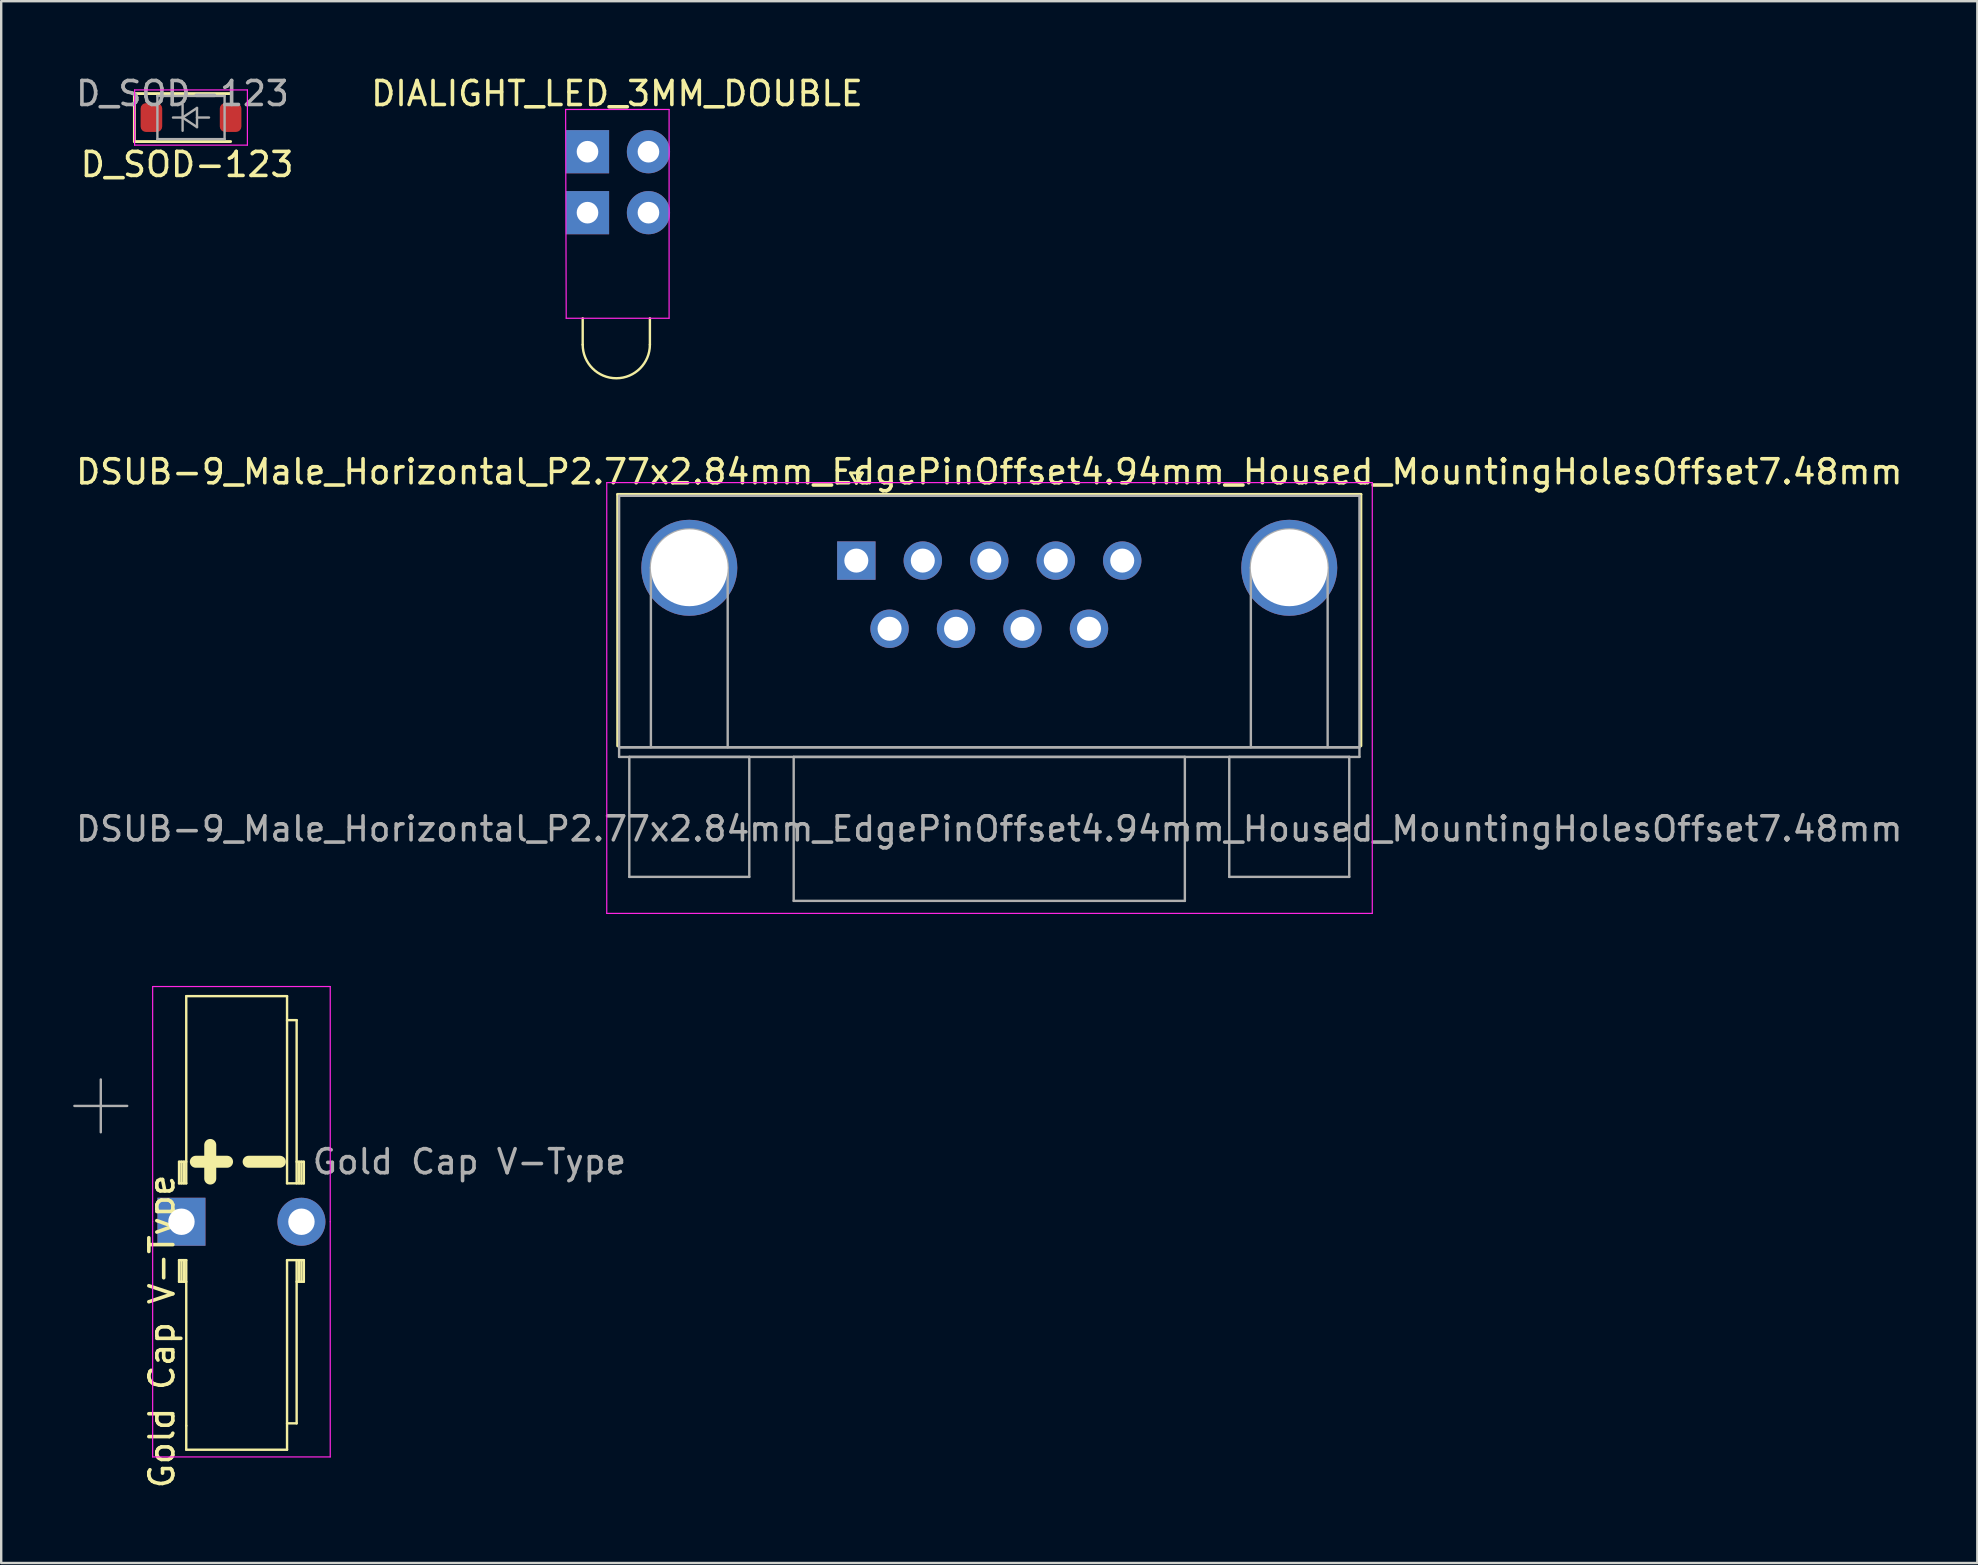
<source format=kicad_pcb>
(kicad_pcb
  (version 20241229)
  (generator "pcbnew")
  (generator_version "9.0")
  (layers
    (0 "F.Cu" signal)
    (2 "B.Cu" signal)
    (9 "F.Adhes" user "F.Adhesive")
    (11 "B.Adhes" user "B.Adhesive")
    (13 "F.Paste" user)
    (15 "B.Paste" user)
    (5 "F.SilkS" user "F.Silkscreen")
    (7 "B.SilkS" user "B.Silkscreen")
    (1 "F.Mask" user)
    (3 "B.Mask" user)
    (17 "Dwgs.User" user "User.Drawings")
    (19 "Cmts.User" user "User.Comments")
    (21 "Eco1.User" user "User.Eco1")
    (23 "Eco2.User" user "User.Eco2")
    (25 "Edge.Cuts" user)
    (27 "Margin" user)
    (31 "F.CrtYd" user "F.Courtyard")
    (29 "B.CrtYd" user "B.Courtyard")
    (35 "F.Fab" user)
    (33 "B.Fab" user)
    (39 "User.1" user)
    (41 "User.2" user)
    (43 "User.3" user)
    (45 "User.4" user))
  (footprint "DIALIGHT_LED_3MM_DOUBLE"
    (layer "F.Cu")
    (at 21.431 3.272)
    (property "Reference" "DIALIGHT_LED_3MM_DOUBLE" (at 1.23 -2.423 0) (layer "F.SilkS") (effects (font (size 1 1) (thickness 0.15))))
    (attr through_hole)
    (fp_line (start -0.2 8.04) (end -0.2 6.94) (stroke (width 0.1) (type default)) (layer "F.SilkS"))
    (fp_line (start 2.6 8.04) (end 2.6 6.94) (stroke (width 0.1) (type default)) (layer "F.SilkS"))
    (fp_arc (start 2.6 8.04) (mid 1.2 9.44) (end -0.2 8.04) (stroke (width 0.1) (type default)) (layer "F.SilkS"))
    (fp_line (start -0.912 -1.76) (end -0.887 6.94) (stroke (width 0.05) (type solid)) (layer "F.CrtYd"))
    (fp_line (start -0.887 6.94) (end 3.4 6.94) (stroke (width 0.05) (type solid)) (layer "F.CrtYd"))
    (fp_line (start 3.4 -1.76) (end -0.912 -1.76) (stroke (width 0.05) (type solid)) (layer "F.CrtYd"))
    (fp_line (start 3.4 6.94) (end 3.4 -1.76) (stroke (width 0.05) (type solid)) (layer "F.CrtYd"))
    (pad "1" thru_hole rect (at 0 0) (size 1.8 1.8) (drill 0.9) (layers "*.Cu" "*.Mask"))
    (pad "2" thru_hole circle (at 2.54 0) (size 1.8 1.8) (drill 0.9) (layers "*.Cu" "*.Mask"))
    (pad "3" thru_hole rect (at 0 2.54) (size 1.8 1.8) (drill 0.9) (layers "*.Cu" "*.Mask"))
    (pad "4" thru_hole circle (at 2.54 2.54) (size 1.8 1.8) (drill 0.9) (layers "*.Cu" "*.Mask")))
  (footprint "DSUB-9_Male_Horizontal_P2.77x2.84mm_EdgePinOffset4.94mm_Housed_MountingHolesOffset7.48mm"
    (layer "F.Cu")
    (at 32.633 20.31)
    (property "Reference" "DSUB-9_Male_Horizontal_P2.77x2.84mm_EdgePinOffset4.94mm_Housed_MountingHolesOffset7.48mm" (at 5.54 -3.7 0) (layer "F.SilkS") (effects (font (size 1 1) (thickness 0.15))))
    (attr through_hole)
    (fp_line (start -9.945 -2.76) (end 21.025 -2.76) (stroke (width 0.12) (type solid)) (layer "F.SilkS"))
    (fp_line (start -9.945 7.72) (end -9.945 -2.76) (stroke (width 0.12) (type solid)) (layer "F.SilkS"))
    (fp_line (start -0.25 -3.654) (end 0.25 -3.654) (stroke (width 0.12) (type solid)) (layer "F.SilkS"))
    (fp_line (start 0 -3.221) (end -0.25 -3.654) (stroke (width 0.12) (type solid)) (layer "F.SilkS"))
    (fp_line (start 0.25 -3.654) (end 0 -3.221) (stroke (width 0.12) (type solid)) (layer "F.SilkS"))
    (fp_line (start 21.025 -2.76) (end 21.025 7.72) (stroke (width 0.12) (type solid)) (layer "F.SilkS"))
    (fp_line (start -10.4 -3.25) (end -10.4 14.7) (stroke (width 0.05) (type solid)) (layer "F.CrtYd"))
    (fp_line (start -10.4 14.7) (end 21.5 14.7) (stroke (width 0.05) (type solid)) (layer "F.CrtYd"))
    (fp_line (start 21.5 -3.25) (end -10.4 -3.25) (stroke (width 0.05) (type solid)) (layer "F.CrtYd"))
    (fp_line (start 21.5 14.7) (end 21.5 -3.25) (stroke (width 0.05) (type solid)) (layer "F.CrtYd"))
    (fp_line (start -9.885 -2.7) (end -9.885 7.78) (stroke (width 0.1) (type solid)) (layer "F.Fab"))
    (fp_line (start -9.885 7.78) (end -9.885 8.18) (stroke (width 0.1) (type solid)) (layer "F.Fab"))
    (fp_line (start -9.885 7.78) (end 20.965 7.78) (stroke (width 0.1) (type solid)) (layer "F.Fab"))
    (fp_line (start -9.885 8.18) (end 20.965 8.18) (stroke (width 0.1) (type solid)) (layer "F.Fab"))
    (fp_line (start -9.46 8.18) (end -9.46 13.18) (stroke (width 0.1) (type solid)) (layer "F.Fab"))
    (fp_line (start -9.46 13.18) (end -4.46 13.18) (stroke (width 0.1) (type solid)) (layer "F.Fab"))
    (fp_line (start -8.56 7.78) (end -8.56 0.3) (stroke (width 0.1) (type solid)) (layer "F.Fab"))
    (fp_line (start -5.36 7.78) (end -5.36 0.3) (stroke (width 0.1) (type solid)) (layer "F.Fab"))
    (fp_line (start -4.46 8.18) (end -9.46 8.18) (stroke (width 0.1) (type solid)) (layer "F.Fab"))
    (fp_line (start -4.46 13.18) (end -4.46 8.18) (stroke (width 0.1) (type solid)) (layer "F.Fab"))
    (fp_line (start -2.61 8.18) (end -2.61 14.18) (stroke (width 0.1) (type solid)) (layer "F.Fab"))
    (fp_line (start -2.61 14.18) (end 13.69 14.18) (stroke (width 0.1) (type solid)) (layer "F.Fab"))
    (fp_line (start 13.69 8.18) (end -2.61 8.18) (stroke (width 0.1) (type solid)) (layer "F.Fab"))
    (fp_line (start 13.69 14.18) (end 13.69 8.18) (stroke (width 0.1) (type solid)) (layer "F.Fab"))
    (fp_line (start 15.54 8.18) (end 15.54 13.18) (stroke (width 0.1) (type solid)) (layer "F.Fab"))
    (fp_line (start 15.54 13.18) (end 20.54 13.18) (stroke (width 0.1) (type solid)) (layer "F.Fab"))
    (fp_line (start 16.44 7.78) (end 16.44 0.3) (stroke (width 0.1) (type solid)) (layer "F.Fab"))
    (fp_line (start 19.64 7.78) (end 19.64 0.3) (stroke (width 0.1) (type solid)) (layer "F.Fab"))
    (fp_line (start 20.54 8.18) (end 15.54 8.18) (stroke (width 0.1) (type solid)) (layer "F.Fab"))
    (fp_line (start 20.54 13.18) (end 20.54 8.18) (stroke (width 0.1) (type solid)) (layer "F.Fab"))
    (fp_line (start 20.965 -2.7) (end -9.885 -2.7) (stroke (width 0.1) (type solid)) (layer "F.Fab"))
    (fp_line (start 20.965 7.78) (end -9.885 7.78) (stroke (width 0.1) (type solid)) (layer "F.Fab"))
    (fp_line (start 20.965 7.78) (end 20.965 -2.7) (stroke (width 0.1) (type solid)) (layer "F.Fab"))
    (fp_line (start 20.965 8.18) (end 20.965 7.78) (stroke (width 0.1) (type solid)) (layer "F.Fab"))
    (fp_arc (start -8.56 0.3) (mid -6.96 -1.3) (end -5.36 0.3) (stroke (width 0.1) (type solid)) (layer "F.Fab"))
    (fp_arc (start 16.44 0.3) (mid 18.04 -1.3) (end 19.64 0.3) (stroke (width 0.1) (type solid)) (layer "F.Fab"))
    (fp_text user "${REFERENCE}" (at 5.54 11.18 0) (layer "F.Fab") (effects (font (size 1 1) (thickness 0.15))))
    (pad "0" thru_hole circle (at -6.96 0.3) (size 4 4) (drill 3.2) (layers "*.Cu" "*.Mask"))
    (pad "0" thru_hole circle (at 18.04 0.3) (size 4 4) (drill 3.2) (layers "*.Cu" "*.Mask"))
    (pad "1" thru_hole rect (at 0 0) (size 1.6 1.6) (drill 1) (layers "*.Cu" "*.Mask"))
    (pad "2" thru_hole circle (at 2.77 0) (size 1.6 1.6) (drill 1) (layers "*.Cu" "*.Mask"))
    (pad "3" thru_hole circle (at 5.54 0) (size 1.6 1.6) (drill 1) (layers "*.Cu" "*.Mask"))
    (pad "4" thru_hole circle (at 8.31 0) (size 1.6 1.6) (drill 1) (layers "*.Cu" "*.Mask"))
    (pad "5" thru_hole circle (at 11.08 0) (size 1.6 1.6) (drill 1) (layers "*.Cu" "*.Mask"))
    (pad "6" thru_hole circle (at 1.385 2.84) (size 1.6 1.6) (drill 1) (layers "*.Cu" "*.Mask"))
    (pad "7" thru_hole circle (at 4.155 2.84) (size 1.6 1.6) (drill 1) (layers "*.Cu" "*.Mask"))
    (pad "8" thru_hole circle (at 6.925 2.84) (size 1.6 1.6) (drill 1) (layers "*.Cu" "*.Mask"))
    (pad "9" thru_hole circle (at 9.695 2.84) (size 1.6 1.6) (drill 1) (layers "*.Cu" "*.Mask")))
  (footprint "D_SOD-123"
    (layer "F.Cu")
    (at 4.909 1.848)
    (property "Reference" "D_SOD-123" (at -0.164 1.956 0) (layer "F.SilkS") (effects (font (size 1 1) (thickness 0.15))))
    (attr smd)
    (fp_line (start -2.36 -1) (end -2.36 1) (stroke (width 0.12) (type solid)) (layer "F.SilkS"))
    (fp_line (start -2.36 -1) (end 1.65 -1) (stroke (width 0.12) (type solid)) (layer "F.SilkS"))
    (fp_line (start -2.36 1) (end 1.65 1) (stroke (width 0.12) (type solid)) (layer "F.SilkS"))
    (fp_line (start -2.35 -1.15) (end -2.35 1.15) (stroke (width 0.05) (type solid)) (layer "F.CrtYd"))
    (fp_line (start -2.35 -1.15) (end 2.35 -1.15) (stroke (width 0.05) (type solid)) (layer "F.CrtYd"))
    (fp_line (start 2.35 -1.15) (end 2.35 1.15) (stroke (width 0.05) (type solid)) (layer "F.CrtYd"))
    (fp_line (start 2.35 1.15) (end -2.35 1.15) (stroke (width 0.05) (type solid)) (layer "F.CrtYd"))
    (fp_line (start -1.4 -0.9) (end 1.4 -0.9) (stroke (width 0.1) (type solid)) (layer "F.Fab"))
    (fp_line (start -1.4 0.9) (end -1.4 -0.9) (stroke (width 0.1) (type solid)) (layer "F.Fab"))
    (fp_line (start -0.75 0) (end -0.35 0) (stroke (width 0.1) (type solid)) (layer "F.Fab"))
    (fp_line (start -0.35 0) (end -0.35 -0.55) (stroke (width 0.1) (type solid)) (layer "F.Fab"))
    (fp_line (start -0.35 0) (end -0.35 0.55) (stroke (width 0.1) (type solid)) (layer "F.Fab"))
    (fp_line (start -0.35 0) (end 0.25 -0.4) (stroke (width 0.1) (type solid)) (layer "F.Fab"))
    (fp_line (start 0.25 -0.4) (end 0.25 0.4) (stroke (width 0.1) (type solid)) (layer "F.Fab"))
    (fp_line (start 0.25 0) (end 0.75 0) (stroke (width 0.1) (type solid)) (layer "F.Fab"))
    (fp_line (start 0.25 0.4) (end -0.35 0) (stroke (width 0.1) (type solid)) (layer "F.Fab"))
    (fp_line (start 1.4 -0.9) (end 1.4 0.9) (stroke (width 0.1) (type solid)) (layer "F.Fab"))
    (fp_line (start 1.4 0.9) (end -1.4 0.9) (stroke (width 0.1) (type solid)) (layer "F.Fab"))
    (fp_text user "${REFERENCE}" (at -0.355 -1 0) (layer "F.Fab") (effects (font (size 1 1) (thickness 0.15))))
    (pad "1" smd roundrect (at -1.65 0) (size 0.9 1.2) (layers "F.Cu" "F.Mask" "F.Paste") (roundrect_rratio 0.25))
    (pad "2" smd roundrect (at 1.65 0) (size 0.9 1.2) (layers "F.Cu" "F.Mask" "F.Paste") (roundrect_rratio 0.25)))
  (footprint "Gold Cap V-Type"
    (layer "F.Cu")
    (at 4.511 47.86)
    (property "Reference" "Gold Cap V-Type" (at -0.814 4.572 90) (layer "F.SilkS") (effects (font (size 1 1) (thickness 0.15))))
    (attr through_hole)
    (fp_line (start -0.1 -2.5) (end -0.1 -1.6) (stroke (width 0.1) (type default)) (layer "F.SilkS"))
    (fp_line (start -0.1 -2.5) (end 0.2 -2.5) (stroke (width 0.1) (type default)) (layer "F.SilkS"))
    (fp_line (start -0.1 -1.6) (end 0.2 -1.6) (stroke (width 0.1) (type default)) (layer "F.SilkS"))
    (fp_line (start -0.1 1.6) (end -0.1 2.5) (stroke (width 0.1) (type default)) (layer "F.SilkS"))
    (fp_line (start -0.1 1.6) (end 0.2 1.6) (stroke (width 0.1) (type default)) (layer "F.SilkS"))
    (fp_line (start 0 -2.5) (end 0 -1.6) (stroke (width 0.1) (type default)) (layer "F.SilkS"))
    (fp_line (start 0 1.6) (end 0 2.5) (stroke (width 0.1) (type default)) (layer "F.SilkS"))
    (fp_line (start 0.1 -1.6) (end 0.1 -2.5) (stroke (width 0.1) (type default)) (layer "F.SilkS"))
    (fp_line (start 0.1 2.5) (end 0.1 1.6) (stroke (width 0.1) (type default)) (layer "F.SilkS"))
    (fp_line (start 0.2 -9.4) (end 4.4 -9.4) (stroke (width 0.1) (type default)) (layer "F.SilkS"))
    (fp_line (start 0.2 -1.6) (end 0.2 -9.4) (stroke (width 0.1) (type default)) (layer "F.SilkS"))
    (fp_line (start 0.2 1.6) (end 0.2 8.5) (stroke (width 0.1) (type default)) (layer "F.SilkS"))
    (fp_line (start 0.2 2.5) (end -0.1 2.5) (stroke (width 0.1) (type default)) (layer "F.SilkS"))
    (fp_line (start 0.2 9.5) (end 0.2 8.5) (stroke (width 0.1) (type default)) (layer "F.SilkS"))
    (fp_line (start 0.6 -2.5) (end 1.9 -2.5) (stroke (width 0.5) (type solid)) (layer "F.SilkS"))
    (fp_line (start 1.2 -3.2) (end 1.2 -1.8) (stroke (width 0.5) (type solid)) (layer "F.SilkS"))
    (fp_line (start 2.8 -2.5) (end 4.1 -2.5) (stroke (width 0.5) (type solid)) (layer "F.SilkS"))
    (fp_line (start 4.4 -8.4) (end 4.8 -8.4) (stroke (width 0.1) (type default)) (layer "F.SilkS"))
    (fp_line (start 4.4 -1.6) (end 4.4 -9.4) (stroke (width 0.1) (type default)) (layer "F.SilkS"))
    (fp_line (start 4.4 1.6) (end 4.4 9.5) (stroke (width 0.1) (type default)) (layer "F.SilkS"))
    (fp_line (start 4.4 1.6) (end 5.1 1.6) (stroke (width 0.1) (type default)) (layer "F.SilkS"))
    (fp_line (start 4.4 9.5) (end 0.2 9.5) (stroke (width 0.1) (type default)) (layer "F.SilkS"))
    (fp_line (start 4.8 -2.5) (end 5.1 -2.5) (stroke (width 0.1) (type default)) (layer "F.SilkS"))
    (fp_line (start 4.8 -1.6) (end 4.8 -8.4) (stroke (width 0.1) (type default)) (layer "F.SilkS"))
    (fp_line (start 4.8 1.6) (end 4.8 8.4) (stroke (width 0.1) (type default)) (layer "F.SilkS"))
    (fp_line (start 4.8 8.4) (end 4.4 8.4) (stroke (width 0.1) (type default)) (layer "F.SilkS"))
    (fp_line (start 4.9 -1.6) (end 4.9 -2.5) (stroke (width 0.1) (type default)) (layer "F.SilkS"))
    (fp_line (start 4.9 1.6) (end 4.9 2.5) (stroke (width 0.1) (type default)) (layer "F.SilkS"))
    (fp_line (start 5 -2.5) (end 5 -1.6) (stroke (width 0.1) (type default)) (layer "F.SilkS"))
    (fp_line (start 5 2.5) (end 5 1.6) (stroke (width 0.1) (type default)) (layer "F.SilkS"))
    (fp_line (start 5.1 -2.5) (end 5.1 -1.6) (stroke (width 0.1) (type default)) (layer "F.SilkS"))
    (fp_line (start 5.1 -1.6) (end 4.4 -1.6) (stroke (width 0.1) (type default)) (layer "F.SilkS"))
    (fp_line (start 5.1 1.6) (end 5.1 2.5) (stroke (width 0.1) (type default)) (layer "F.SilkS"))
    (fp_line (start 5.1 2.5) (end 4.8 2.5) (stroke (width 0.1) (type default)) (layer "F.SilkS"))
    (fp_line (start -1.2 -9.8) (end 6.2 -9.8) (stroke (width 0.05) (type default)) (layer "F.CrtYd"))
    (fp_line (start -1.2 0) (end -1.2 -9.8) (stroke (width 0.05) (type default)) (layer "F.CrtYd"))
    (fp_line (start -1.2 0) (end -1.2 9.8) (stroke (width 0.05) (type default)) (layer "F.CrtYd"))
    (fp_line (start -1.2 9.8) (end 6.2 9.8) (stroke (width 0.05) (type default)) (layer "F.CrtYd"))
    (fp_line (start 6.2 0) (end 6.2 -9.8) (stroke (width 0.05) (type default)) (layer "F.CrtYd"))
    (fp_line (start 6.2 9.8) (end 6.2 0) (stroke (width 0.05) (type default)) (layer "F.CrtYd"))
    (fp_line (start -4.461 -4.827) (end -2.261 -4.827) (stroke (width 0.1) (type solid)) (layer "F.Fab"))
    (fp_line (start -3.361 -5.928) (end -3.361 -3.728) (stroke (width 0.1) (type solid)) (layer "F.Fab"))
    (fp_text user "${REFERENCE}" (at 12 -2.5 180) (layer "F.Fab") (effects (font (size 1 1) (thickness 0.15))))
    (pad "1" thru_hole rect (at 0 0) (size 2 2) (drill 1.1) (layers "*.Cu" "*.Mask"))
    (pad "2" thru_hole circle (at 5 0) (size 2 2) (drill 1.1) (layers "*.Cu" "*.Mask")))
  (gr_rect
    (start -3 -3)
    (end 79.345 62.081)
    (stroke (width 0.1) (type default))
    (fill no)
    (layer "Edge.Cuts")))
</source>
